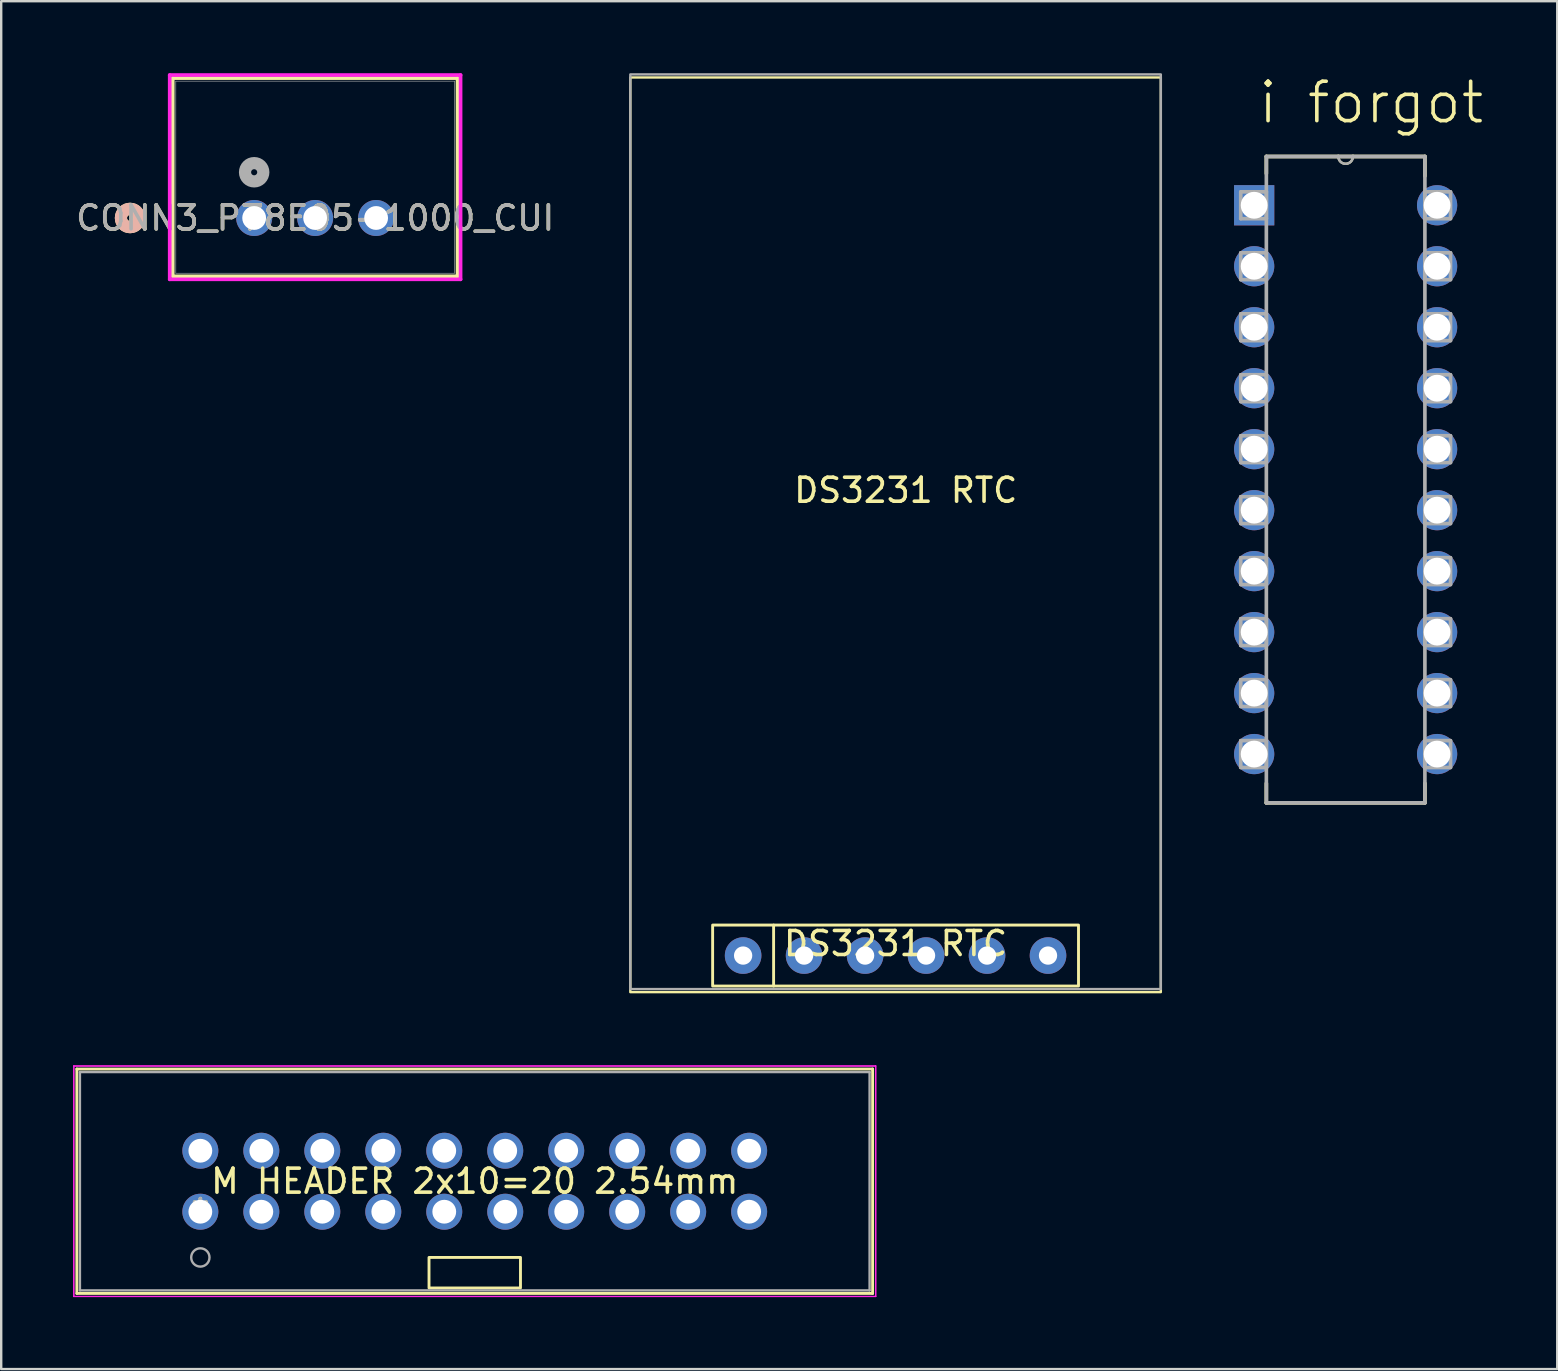
<source format=kicad_pcb>
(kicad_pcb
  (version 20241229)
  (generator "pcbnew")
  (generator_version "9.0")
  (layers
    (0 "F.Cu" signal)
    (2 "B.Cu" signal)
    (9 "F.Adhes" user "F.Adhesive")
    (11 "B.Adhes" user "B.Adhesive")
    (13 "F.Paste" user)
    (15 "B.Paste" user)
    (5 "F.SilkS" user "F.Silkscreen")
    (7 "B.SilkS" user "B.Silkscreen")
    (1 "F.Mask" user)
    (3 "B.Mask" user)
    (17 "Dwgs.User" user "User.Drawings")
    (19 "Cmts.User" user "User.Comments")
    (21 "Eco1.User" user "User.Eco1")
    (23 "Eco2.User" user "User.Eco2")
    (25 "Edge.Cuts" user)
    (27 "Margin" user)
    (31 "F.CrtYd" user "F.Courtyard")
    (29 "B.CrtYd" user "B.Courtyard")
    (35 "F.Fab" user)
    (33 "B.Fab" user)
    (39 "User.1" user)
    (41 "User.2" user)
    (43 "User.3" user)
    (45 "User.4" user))
  (footprint "M HEADER 2x10=20 2.54mm"
    (layer "F.Cu")
    (at 5.295 47.423)
    (property "Reference" "M HEADER 2x10=20 2.54mm" (at 11.43 -1.27 0) (layer "F.SilkS") (effects (font (size 1 1) (thickness 0.15))))
    (attr through_hole)
    (fp_line (start -5.144 -5.944) (end -5.144 3.404) (stroke (width 0.12) (type solid)) (layer "F.SilkS"))
    (fp_line (start -5.144 3.404) (end 28.003 3.404) (stroke (width 0.12) (type solid)) (layer "F.SilkS"))
    (fp_line (start 28.003 -5.944) (end -5.144 -5.944) (stroke (width 0.12) (type solid)) (layer "F.SilkS"))
    (fp_line (start 28.003 3.404) (end 28.003 -5.944) (stroke (width 0.12) (type solid)) (layer "F.SilkS"))
    (fp_rect (start 9.525 1.905) (end 13.335 3.175) (stroke (width 0.12) (type solid)) (fill no) (layer "F.SilkS"))
    (fp_line (start -5.271 -6.071) (end -5.271 3.531) (stroke (width 0.05) (type solid)) (layer "F.CrtYd"))
    (fp_line (start -5.271 -6.071) (end -5.271 3.531) (stroke (width 0.05) (type solid)) (layer "F.CrtYd"))
    (fp_line (start -5.271 3.531) (end 28.131 3.531) (stroke (width 0.05) (type solid)) (layer "F.CrtYd"))
    (fp_line (start -5.271 3.531) (end 28.131 3.531) (stroke (width 0.05) (type solid)) (layer "F.CrtYd"))
    (fp_line (start 28.131 -6.071) (end -5.271 -6.071) (stroke (width 0.05) (type solid)) (layer "F.CrtYd"))
    (fp_line (start 28.131 -6.071) (end -5.271 -6.071) (stroke (width 0.05) (type solid)) (layer "F.CrtYd"))
    (fp_line (start 28.131 3.531) (end 28.131 -6.071) (stroke (width 0.05) (type solid)) (layer "F.CrtYd"))
    (fp_line (start 28.131 3.531) (end 28.131 -6.071) (stroke (width 0.05) (type solid)) (layer "F.CrtYd"))
    (fp_line (start -5.016 -5.817) (end -5.016 3.277) (stroke (width 0.1) (type solid)) (layer "F.Fab"))
    (fp_line (start -5.016 3.277) (end 27.877 3.277) (stroke (width 0.1) (type solid)) (layer "F.Fab"))
    (fp_line (start 27.877 -5.817) (end -5.016 -5.817) (stroke (width 0.1) (type solid)) (layer "F.Fab"))
    (fp_line (start 27.877 3.277) (end 27.877 -5.817) (stroke (width 0.1) (type solid)) (layer "F.Fab"))
    (fp_circle (center 0 1.905) (end 0.381 1.905) (stroke (width 0.1) (type solid)) (fill no) (layer "F.Fab"))
    (fp_text user "*" (at 0 0 0) (layer "F.SilkS") (effects (font (size 1 1) (thickness 0.15))))
    (fp_text user "*" (at 0 0 0) (layer "F.Fab") (effects (font (size 1 1) (thickness 0.15))))
    (pad "1" thru_hole circle (at 0 0) (size 1.499 1.499) (drill 0.991) (layers "*.Cu" "*.Mask"))
    (pad "2" thru_hole circle (at 0 -2.54) (size 1.499 1.499) (drill 0.991) (layers "*.Cu" "*.Mask"))
    (pad "3" thru_hole circle (at 2.54 0) (size 1.499 1.499) (drill 0.991) (layers "*.Cu" "*.Mask"))
    (pad "4" thru_hole circle (at 2.54 -2.54) (size 1.499 1.499) (drill 0.991) (layers "*.Cu" "*.Mask"))
    (pad "5" thru_hole circle (at 5.08 0) (size 1.499 1.499) (drill 0.991) (layers "*.Cu" "*.Mask"))
    (pad "6" thru_hole circle (at 5.08 -2.54) (size 1.499 1.499) (drill 0.991) (layers "*.Cu" "*.Mask"))
    (pad "7" thru_hole circle (at 7.62 0) (size 1.499 1.499) (drill 0.991) (layers "*.Cu" "*.Mask"))
    (pad "8" thru_hole circle (at 7.62 -2.54) (size 1.499 1.499) (drill 0.991) (layers "*.Cu" "*.Mask"))
    (pad "9" thru_hole circle (at 10.16 0) (size 1.499 1.499) (drill 0.991) (layers "*.Cu" "*.Mask"))
    (pad "10" thru_hole circle (at 10.16 -2.54) (size 1.499 1.499) (drill 0.991) (layers "*.Cu" "*.Mask"))
    (pad "11" thru_hole circle (at 12.7 0) (size 1.499 1.499) (drill 0.991) (layers "*.Cu" "*.Mask"))
    (pad "12" thru_hole circle (at 12.7 -2.54) (size 1.499 1.499) (drill 0.991) (layers "*.Cu" "*.Mask"))
    (pad "13" thru_hole circle (at 15.24 0) (size 1.499 1.499) (drill 0.991) (layers "*.Cu" "*.Mask"))
    (pad "14" thru_hole circle (at 15.24 -2.54) (size 1.499 1.499) (drill 0.991) (layers "*.Cu" "*.Mask"))
    (pad "15" thru_hole circle (at 17.78 0) (size 1.499 1.499) (drill 0.991) (layers "*.Cu" "*.Mask"))
    (pad "16" thru_hole circle (at 17.78 -2.54) (size 1.499 1.499) (drill 0.991) (layers "*.Cu" "*.Mask"))
    (pad "17" thru_hole circle (at 20.32 0) (size 1.499 1.499) (drill 0.991) (layers "*.Cu" "*.Mask"))
    (pad "18" thru_hole circle (at 20.32 -2.54) (size 1.499 1.499) (drill 0.991) (layers "*.Cu" "*.Mask"))
    (pad "19" thru_hole circle (at 22.86 0) (size 1.499 1.499) (drill 0.991) (layers "*.Cu" "*.Mask"))
    (pad "20" thru_hole circle (at 22.86 -2.54) (size 1.499 1.499) (drill 0.991) (layers "*.Cu" "*.Mask")))
  (footprint "CONN3_P78E05-1000_CUI"
    (layer "F.Cu")
    (at 7.537 6.03)
    (property "Reference" "CONN3_P78E05-1000_CUI" (at 2.54 0 0) (unlocked yes) (layer "F.SilkS") (effects (font (size 1 1) (thickness 0.15))))
    (attr through_hole)
    (fp_line (start -3.391 -5.827) (end -3.391 2.428) (stroke (width 0.152) (type solid)) (layer "F.SilkS"))
    (fp_line (start -3.391 2.428) (end 8.471 2.428) (stroke (width 0.152) (type solid)) (layer "F.SilkS"))
    (fp_line (start 8.471 -5.827) (end -3.391 -5.827) (stroke (width 0.152) (type solid)) (layer "F.SilkS"))
    (fp_line (start 8.471 2.428) (end 8.471 -5.827) (stroke (width 0.152) (type solid)) (layer "F.SilkS"))
    (fp_circle (center -5.169 0) (end -4.788 0) (stroke (width 0.508) (type solid)) (fill no) (layer "F.SilkS"))
    (fp_circle (center -5.169 0) (end -4.788 0) (stroke (width 0.508) (type solid)) (fill no) (layer "B.SilkS"))
    (fp_line (start -3.518 -5.954) (end -3.518 2.555) (stroke (width 0.152) (type solid)) (layer "F.CrtYd"))
    (fp_line (start -3.518 2.555) (end 8.598 2.555) (stroke (width 0.152) (type solid)) (layer "F.CrtYd"))
    (fp_line (start 8.598 -5.954) (end -3.518 -5.954) (stroke (width 0.152) (type solid)) (layer "F.CrtYd"))
    (fp_line (start 8.598 2.555) (end 8.598 -5.954) (stroke (width 0.152) (type solid)) (layer "F.CrtYd"))
    (fp_line (start -3.264 -5.7) (end -3.264 2.301) (stroke (width 0.025) (type solid)) (layer "F.Fab"))
    (fp_line (start -3.264 2.301) (end 8.344 2.301) (stroke (width 0.025) (type solid)) (layer "F.Fab"))
    (fp_line (start 8.344 -5.7) (end -3.264 -5.7) (stroke (width 0.025) (type solid)) (layer "F.Fab"))
    (fp_line (start 8.344 2.301) (end 8.344 -5.7) (stroke (width 0.025) (type solid)) (layer "F.Fab"))
    (fp_circle (center 0 -1.905) (end 0.381 -1.905) (stroke (width 0.508) (type solid)) (fill no) (layer "F.Fab"))
    (fp_text user "${REFERENCE}" (at 2.54 0 0) (unlocked yes) (layer "F.Fab") (effects (font (size 1 1) (thickness 0.15))))
    (pad "1" thru_hole circle (at 0 0) (size 1.499 1.499) (drill 0.991) (layers "*.Cu" "*.Mask"))
    (pad "2" thru_hole circle (at 2.54 0) (size 1.499 1.499) (drill 0.991) (layers "*.Cu" "*.Mask"))
    (pad "3" thru_hole circle (at 5.08 0) (size 1.499 1.499) (drill 0.991) (layers "*.Cu" "*.Mask")))
  (footprint "i forgot"
    (layer "F.Cu")
    (at 56.811 28.36)
    (property "Reference" "i forgot" (at -2.744 -27.137 0) (layer "F.SilkS") (effects (font (size 1.641 1.641) (thickness 0.15))))
    (attr through_hole)
    (fp_line (start -7.112 -24.892) (end -7.112 -24.181) (stroke (width 0.152) (type solid)) (layer "F.SilkS"))
    (fp_line (start -7.112 1.219) (end -7.112 2.032) (stroke (width 0.152) (type solid)) (layer "F.SilkS"))
    (fp_line (start -7.112 2.032) (end -0.508 2.032) (stroke (width 0.152) (type solid)) (layer "F.SilkS"))
    (fp_line (start -4.115 -24.892) (end -7.112 -24.892) (stroke (width 0.152) (type solid)) (layer "F.SilkS"))
    (fp_line (start -3.505 -24.892) (end -4.115 -24.892) (stroke (width 0.152) (type solid)) (layer "F.SilkS"))
    (fp_line (start -0.508 -24.892) (end -3.505 -24.892) (stroke (width 0.152) (type solid)) (layer "F.SilkS"))
    (fp_line (start -0.508 -24.079) (end -0.508 -24.892) (stroke (width 0.152) (type solid)) (layer "F.SilkS"))
    (fp_line (start -0.508 2.032) (end -0.508 1.219) (stroke (width 0.152) (type solid)) (layer "F.SilkS"))
    (fp_arc (start -3.5052 -24.892) (mid -3.81 -24.5872) (end -4.1148 -24.892) (stroke (width 0.1) (type solid)) (layer "F.SilkS"))
    (fp_line (start -8.179 -23.419) (end -8.179 -22.301) (stroke (width 0.152) (type solid)) (layer "F.Fab"))
    (fp_line (start -8.179 -22.301) (end -7.112 -22.301) (stroke (width 0.152) (type solid)) (layer "F.Fab"))
    (fp_line (start -8.179 -20.879) (end -8.179 -19.761) (stroke (width 0.152) (type solid)) (layer "F.Fab"))
    (fp_line (start -8.179 -19.761) (end -7.112 -19.761) (stroke (width 0.152) (type solid)) (layer "F.Fab"))
    (fp_line (start -8.179 -18.339) (end -8.179 -17.221) (stroke (width 0.152) (type solid)) (layer "F.Fab"))
    (fp_line (start -8.179 -17.221) (end -7.112 -17.221) (stroke (width 0.152) (type solid)) (layer "F.Fab"))
    (fp_line (start -8.179 -15.799) (end -8.179 -14.681) (stroke (width 0.152) (type solid)) (layer "F.Fab"))
    (fp_line (start -8.179 -14.681) (end -7.112 -14.681) (stroke (width 0.152) (type solid)) (layer "F.Fab"))
    (fp_line (start -8.179 -13.259) (end -8.179 -12.141) (stroke (width 0.152) (type solid)) (layer "F.Fab"))
    (fp_line (start -8.179 -12.141) (end -7.112 -12.141) (stroke (width 0.152) (type solid)) (layer "F.Fab"))
    (fp_line (start -8.179 -10.719) (end -8.179 -9.601) (stroke (width 0.152) (type solid)) (layer "F.Fab"))
    (fp_line (start -8.179 -9.601) (end -7.112 -9.601) (stroke (width 0.152) (type solid)) (layer "F.Fab"))
    (fp_line (start -8.179 -8.179) (end -8.179 -7.061) (stroke (width 0.152) (type solid)) (layer "F.Fab"))
    (fp_line (start -8.179 -7.061) (end -7.112 -7.061) (stroke (width 0.152) (type solid)) (layer "F.Fab"))
    (fp_line (start -8.179 -5.639) (end -8.179 -4.521) (stroke (width 0.152) (type solid)) (layer "F.Fab"))
    (fp_line (start -8.179 -4.521) (end -7.112 -4.521) (stroke (width 0.152) (type solid)) (layer "F.Fab"))
    (fp_line (start -8.179 -3.099) (end -8.179 -1.981) (stroke (width 0.152) (type solid)) (layer "F.Fab"))
    (fp_line (start -8.179 -1.981) (end -7.112 -1.981) (stroke (width 0.152) (type solid)) (layer "F.Fab"))
    (fp_line (start -8.179 -0.559) (end -8.179 0.559) (stroke (width 0.152) (type solid)) (layer "F.Fab"))
    (fp_line (start -8.179 0.559) (end -7.112 0.559) (stroke (width 0.152) (type solid)) (layer "F.Fab"))
    (fp_line (start -7.112 -24.892) (end -7.112 2.032) (stroke (width 0.152) (type solid)) (layer "F.Fab"))
    (fp_line (start -7.112 -23.419) (end -8.179 -23.419) (stroke (width 0.152) (type solid)) (layer "F.Fab"))
    (fp_line (start -7.112 -22.301) (end -7.112 -23.419) (stroke (width 0.152) (type solid)) (layer "F.Fab"))
    (fp_line (start -7.112 -20.879) (end -8.179 -20.879) (stroke (width 0.152) (type solid)) (layer "F.Fab"))
    (fp_line (start -7.112 -19.761) (end -7.112 -20.879) (stroke (width 0.152) (type solid)) (layer "F.Fab"))
    (fp_line (start -7.112 -18.339) (end -8.179 -18.339) (stroke (width 0.152) (type solid)) (layer "F.Fab"))
    (fp_line (start -7.112 -17.221) (end -7.112 -18.339) (stroke (width 0.152) (type solid)) (layer "F.Fab"))
    (fp_line (start -7.112 -15.799) (end -8.179 -15.799) (stroke (width 0.152) (type solid)) (layer "F.Fab"))
    (fp_line (start -7.112 -14.681) (end -7.112 -15.799) (stroke (width 0.152) (type solid)) (layer "F.Fab"))
    (fp_line (start -7.112 -13.259) (end -8.179 -13.259) (stroke (width 0.152) (type solid)) (layer "F.Fab"))
    (fp_line (start -7.112 -12.141) (end -7.112 -13.259) (stroke (width 0.152) (type solid)) (layer "F.Fab"))
    (fp_line (start -7.112 -10.719) (end -8.179 -10.719) (stroke (width 0.152) (type solid)) (layer "F.Fab"))
    (fp_line (start -7.112 -9.601) (end -7.112 -10.719) (stroke (width 0.152) (type solid)) (layer "F.Fab"))
    (fp_line (start -7.112 -8.179) (end -8.179 -8.179) (stroke (width 0.152) (type solid)) (layer "F.Fab"))
    (fp_line (start -7.112 -7.061) (end -7.112 -8.179) (stroke (width 0.152) (type solid)) (layer "F.Fab"))
    (fp_line (start -7.112 -5.639) (end -8.179 -5.639) (stroke (width 0.152) (type solid)) (layer "F.Fab"))
    (fp_line (start -7.112 -4.521) (end -7.112 -5.639) (stroke (width 0.152) (type solid)) (layer "F.Fab"))
    (fp_line (start -7.112 -3.099) (end -8.179 -3.099) (stroke (width 0.152) (type solid)) (layer "F.Fab"))
    (fp_line (start -7.112 -1.981) (end -7.112 -3.099) (stroke (width 0.152) (type solid)) (layer "F.Fab"))
    (fp_line (start -7.112 -0.559) (end -8.179 -0.559) (stroke (width 0.152) (type solid)) (layer "F.Fab"))
    (fp_line (start -7.112 0.559) (end -7.112 -0.559) (stroke (width 0.152) (type solid)) (layer "F.Fab"))
    (fp_line (start -7.112 2.032) (end -0.508 2.032) (stroke (width 0.152) (type solid)) (layer "F.Fab"))
    (fp_line (start -4.115 -24.892) (end -7.112 -24.892) (stroke (width 0.152) (type solid)) (layer "F.Fab"))
    (fp_line (start -3.505 -24.892) (end -4.115 -24.892) (stroke (width 0.152) (type solid)) (layer "F.Fab"))
    (fp_line (start -0.508 -24.892) (end -3.505 -24.892) (stroke (width 0.152) (type solid)) (layer "F.Fab"))
    (fp_line (start -0.508 -23.419) (end -0.508 -22.301) (stroke (width 0.152) (type solid)) (layer "F.Fab"))
    (fp_line (start -0.508 -22.301) (end 0.559 -22.301) (stroke (width 0.152) (type solid)) (layer "F.Fab"))
    (fp_line (start -0.508 -20.879) (end -0.508 -19.761) (stroke (width 0.152) (type solid)) (layer "F.Fab"))
    (fp_line (start -0.508 -19.761) (end 0.559 -19.761) (stroke (width 0.152) (type solid)) (layer "F.Fab"))
    (fp_line (start -0.508 -18.339) (end -0.508 -17.221) (stroke (width 0.152) (type solid)) (layer "F.Fab"))
    (fp_line (start -0.508 -17.221) (end 0.559 -17.221) (stroke (width 0.152) (type solid)) (layer "F.Fab"))
    (fp_line (start -0.508 -15.799) (end -0.508 -14.681) (stroke (width 0.152) (type solid)) (layer "F.Fab"))
    (fp_line (start -0.508 -14.681) (end 0.559 -14.681) (stroke (width 0.152) (type solid)) (layer "F.Fab"))
    (fp_line (start -0.508 -13.259) (end -0.508 -12.141) (stroke (width 0.152) (type solid)) (layer "F.Fab"))
    (fp_line (start -0.508 -12.141) (end 0.559 -12.141) (stroke (width 0.152) (type solid)) (layer "F.Fab"))
    (fp_line (start -0.508 -10.719) (end -0.508 -9.601) (stroke (width 0.152) (type solid)) (layer "F.Fab"))
    (fp_line (start -0.508 -9.601) (end 0.559 -9.601) (stroke (width 0.152) (type solid)) (layer "F.Fab"))
    (fp_line (start -0.508 -8.179) (end -0.508 -7.061) (stroke (width 0.152) (type solid)) (layer "F.Fab"))
    (fp_line (start -0.508 -7.061) (end 0.559 -7.061) (stroke (width 0.152) (type solid)) (layer "F.Fab"))
    (fp_line (start -0.508 -5.639) (end -0.508 -4.521) (stroke (width 0.152) (type solid)) (layer "F.Fab"))
    (fp_line (start -0.508 -4.521) (end 0.559 -4.521) (stroke (width 0.152) (type solid)) (layer "F.Fab"))
    (fp_line (start -0.508 -3.099) (end -0.508 -1.981) (stroke (width 0.152) (type solid)) (layer "F.Fab"))
    (fp_line (start -0.508 -1.981) (end 0.559 -1.981) (stroke (width 0.152) (type solid)) (layer "F.Fab"))
    (fp_line (start -0.508 -0.559) (end -0.508 0.559) (stroke (width 0.152) (type solid)) (layer "F.Fab"))
    (fp_line (start -0.508 0.559) (end 0.559 0.559) (stroke (width 0.152) (type solid)) (layer "F.Fab"))
    (fp_line (start -0.508 2.032) (end -0.508 -24.892) (stroke (width 0.152) (type solid)) (layer "F.Fab"))
    (fp_line (start 0.559 -23.419) (end -0.508 -23.419) (stroke (width 0.152) (type solid)) (layer "F.Fab"))
    (fp_line (start 0.559 -22.301) (end 0.559 -23.419) (stroke (width 0.152) (type solid)) (layer "F.Fab"))
    (fp_line (start 0.559 -20.879) (end -0.508 -20.879) (stroke (width 0.152) (type solid)) (layer "F.Fab"))
    (fp_line (start 0.559 -19.761) (end 0.559 -20.879) (stroke (width 0.152) (type solid)) (layer "F.Fab"))
    (fp_line (start 0.559 -18.339) (end -0.508 -18.339) (stroke (width 0.152) (type solid)) (layer "F.Fab"))
    (fp_line (start 0.559 -17.221) (end 0.559 -18.339) (stroke (width 0.152) (type solid)) (layer "F.Fab"))
    (fp_line (start 0.559 -15.799) (end -0.508 -15.799) (stroke (width 0.152) (type solid)) (layer "F.Fab"))
    (fp_line (start 0.559 -14.681) (end 0.559 -15.799) (stroke (width 0.152) (type solid)) (layer "F.Fab"))
    (fp_line (start 0.559 -13.259) (end -0.508 -13.259) (stroke (width 0.152) (type solid)) (layer "F.Fab"))
    (fp_line (start 0.559 -12.141) (end 0.559 -13.259) (stroke (width 0.152) (type solid)) (layer "F.Fab"))
    (fp_line (start 0.559 -10.719) (end -0.508 -10.719) (stroke (width 0.152) (type solid)) (layer "F.Fab"))
    (fp_line (start 0.559 -9.601) (end 0.559 -10.719) (stroke (width 0.152) (type solid)) (layer "F.Fab"))
    (fp_line (start 0.559 -8.179) (end -0.508 -8.179) (stroke (width 0.152) (type solid)) (layer "F.Fab"))
    (fp_line (start 0.559 -7.061) (end 0.559 -8.179) (stroke (width 0.152) (type solid)) (layer "F.Fab"))
    (fp_line (start 0.559 -5.639) (end -0.508 -5.639) (stroke (width 0.152) (type solid)) (layer "F.Fab"))
    (fp_line (start 0.559 -4.521) (end 0.559 -5.639) (stroke (width 0.152) (type solid)) (layer "F.Fab"))
    (fp_line (start 0.559 -3.099) (end -0.508 -3.099) (stroke (width 0.152) (type solid)) (layer "F.Fab"))
    (fp_line (start 0.559 -1.981) (end 0.559 -3.099) (stroke (width 0.152) (type solid)) (layer "F.Fab"))
    (fp_line (start 0.559 -0.559) (end -0.508 -0.559) (stroke (width 0.152) (type solid)) (layer "F.Fab"))
    (fp_line (start 0.559 0.559) (end 0.559 -0.559) (stroke (width 0.152) (type solid)) (layer "F.Fab"))
    (fp_arc (start -3.5052 -24.892) (mid -3.81 -24.5872) (end -4.1148 -24.892) (stroke (width 0.1) (type solid)) (layer "F.Fab"))
    (pad "1" thru_hole rect (at -7.62 -22.86) (size 1.676 1.676) (drill 1.118) (layers "*.Cu" "*.Mask"))
    (pad "2" thru_hole circle (at -7.62 -20.32) (size 1.676 1.676) (drill 1.118) (layers "*.Cu" "*.Mask"))
    (pad "3" thru_hole circle (at -7.62 -17.78) (size 1.676 1.676) (drill 1.118) (layers "*.Cu" "*.Mask"))
    (pad "4" thru_hole circle (at -7.62 -15.24) (size 1.676 1.676) (drill 1.118) (layers "*.Cu" "*.Mask"))
    (pad "5" thru_hole circle (at -7.62 -12.7) (size 1.676 1.676) (drill 1.118) (layers "*.Cu" "*.Mask"))
    (pad "6" thru_hole circle (at -7.62 -10.16) (size 1.676 1.676) (drill 1.118) (layers "*.Cu" "*.Mask"))
    (pad "7" thru_hole circle (at -7.62 -7.62) (size 1.676 1.676) (drill 1.118) (layers "*.Cu" "*.Mask"))
    (pad "8" thru_hole circle (at -7.62 -5.08) (size 1.676 1.676) (drill 1.118) (layers "*.Cu" "*.Mask"))
    (pad "9" thru_hole circle (at -7.62 -2.54) (size 1.676 1.676) (drill 1.118) (layers "*.Cu" "*.Mask"))
    (pad "10" thru_hole circle (at -7.62 0) (size 1.676 1.676) (drill 1.118) (layers "*.Cu" "*.Mask"))
    (pad "11" thru_hole circle (at 0 0) (size 1.676 1.676) (drill 1.118) (layers "*.Cu" "*.Mask"))
    (pad "12" thru_hole circle (at 0 -2.54) (size 1.676 1.676) (drill 1.118) (layers "*.Cu" "*.Mask"))
    (pad "13" thru_hole circle (at 0 -5.08) (size 1.676 1.676) (drill 1.118) (layers "*.Cu" "*.Mask"))
    (pad "14" thru_hole circle (at 0 -7.62) (size 1.676 1.676) (drill 1.118) (layers "*.Cu" "*.Mask"))
    (pad "15" thru_hole circle (at 0 -10.16) (size 1.676 1.676) (drill 1.118) (layers "*.Cu" "*.Mask"))
    (pad "16" thru_hole circle (at 0 -12.7) (size 1.676 1.676) (drill 1.118) (layers "*.Cu" "*.Mask"))
    (pad "17" thru_hole circle (at 0 -15.24) (size 1.676 1.676) (drill 1.118) (layers "*.Cu" "*.Mask"))
    (pad "18" thru_hole circle (at 0 -17.78) (size 1.676 1.676) (drill 1.118) (layers "*.Cu" "*.Mask"))
    (pad "19" thru_hole circle (at 0 -20.32) (size 1.676 1.676) (drill 1.118) (layers "*.Cu" "*.Mask"))
    (pad "20" thru_hole circle (at 0 -22.86) (size 1.676 1.676) (drill 1.118) (layers "*.Cu" "*.Mask")))
  (footprint "DS3231 RTC"
    (layer "F.Cu")
    (at 34.254 36.753)
    (property "Reference" "DS3231 RTC" (at 0 -0.5 0) (unlocked yes) (layer "F.SilkS") (effects (font (size 1 1) (thickness 0.15))))
    (attr through_hole)
    (fp_line (start -5.08 -1.27) (end -5.08 1.27) (stroke (width 0.12) (type default)) (layer "F.SilkS"))
    (fp_rect (start -11.049 -36.576) (end 11.049 1.524) (stroke (width 0.1) (type default)) (fill no) (layer "F.SilkS"))
    (fp_rect (start -7.62 -1.27) (end 7.62 1.27) (stroke (width 0.12) (type default)) (fill no) (layer "F.SilkS"))
    (fp_rect (start -11.049 -36.703) (end 11.049 1.397) (stroke (width 0.1) (type default)) (fill no) (layer "F.Fab"))
    (fp_text user "DS3231 RTC" (at -4.318 -18.796 0) (unlocked yes) (layer "F.SilkS") (effects (font (size 1 1) (thickness 0.15)) (justify left bottom)))
    (pad "32K" thru_hole circle (at 6.35 0) (size 1.524 1.524) (drill 0.762) (layers "*.Cu" "*.Mask"))
    (pad "GND" thru_hole circle (at -6.35 0) (size 1.524 1.524) (drill 0.762) (layers "*.Cu" "*.Mask"))
    (pad "SCL" thru_hole circle (at 1.27 0) (size 1.524 1.524) (drill 0.762) (layers "*.Cu" "*.Mask"))
    (pad "SDA" thru_hole circle (at -1.27 0) (size 1.524 1.524) (drill 0.762) (layers "*.Cu" "*.Mask"))
    (pad "SQW" thru_hole circle (at 3.81 0) (size 1.524 1.524) (drill 0.762) (layers "*.Cu" "*.Mask"))
    (pad "VCC" thru_hole circle (at -3.81 0) (size 1.524 1.524) (drill 0.762) (layers "*.Cu" "*.Mask")))
  (gr_rect
    (start -3 -3)
    (end 61.815 53.978)
    (stroke (width 0.1) (type default))
    (fill no)
    (layer "Edge.Cuts")))
</source>
